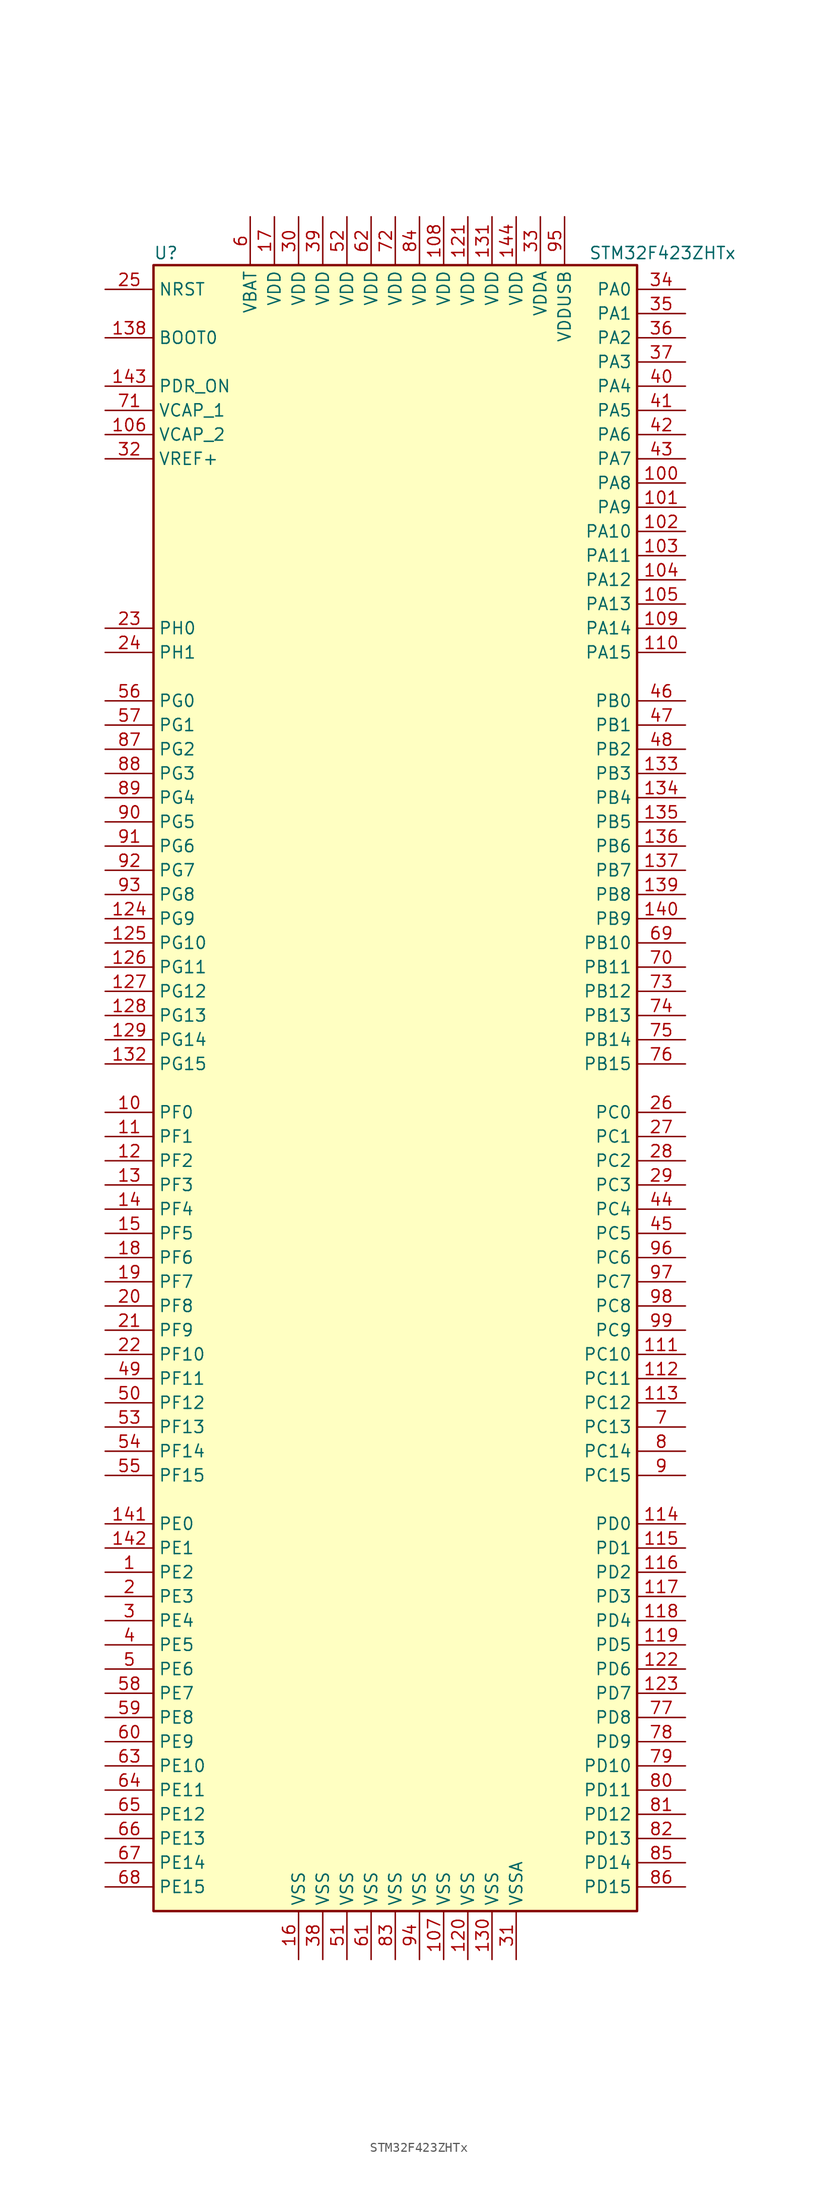
<source format=kicad_sym>
(kicad_symbol_lib
  (version 20201005)
  (generator kicad_symbol_editor)
  (symbol "STM32F423ZHTx"
    (property "Reference" "U"
      (at -25.4 87.63 0)
      (effects (font (size 1.27 1.27)) (justify left)))
    (property "Value" "STM32F423ZHTx"
      (at 20.32 87.63 0)
      (effects (font (size 1.27 1.27)) (justify left)))
    (symbol "STM32F423ZHTx_0_1"
      (rectangle (start -25.4 -86.36) (end 25.4 86.36) (stroke (width 0.254)) (fill (type background))))
    (symbol "STM32F423ZHTx_1_1"
      (pin bidirectional line (at -30.48 -50.8 0) (length 5.08) (name "PE2" (effects (font (size 1.27 1.27)))) (number "1" (effects (font (size 1.27 1.27)))))
      (pin bidirectional line (at -30.48 -2.54 0) (length 5.08) (name "PF0" (effects (font (size 1.27 1.27)))) (number "10" (effects (font (size 1.27 1.27)))))
      (pin bidirectional line (at 30.48 63.5 180) (length 5.08) (name "PA8" (effects (font (size 1.27 1.27)))) (number "100" (effects (font (size 1.27 1.27)))))
      (pin bidirectional line (at 30.48 60.96 180) (length 5.08) (name "PA9" (effects (font (size 1.27 1.27)))) (number "101" (effects (font (size 1.27 1.27)))))
      (pin bidirectional line (at 30.48 58.42 180) (length 5.08) (name "PA10" (effects (font (size 1.27 1.27)))) (number "102" (effects (font (size 1.27 1.27)))))
      (pin bidirectional line (at 30.48 55.88 180) (length 5.08) (name "PA11" (effects (font (size 1.27 1.27)))) (number "103" (effects (font (size 1.27 1.27)))))
      (pin bidirectional line (at 30.48 53.34 180) (length 5.08) (name "PA12" (effects (font (size 1.27 1.27)))) (number "104" (effects (font (size 1.27 1.27)))))
      (pin bidirectional line (at 30.48 50.8 180) (length 5.08) (name "PA13" (effects (font (size 1.27 1.27)))) (number "105" (effects (font (size 1.27 1.27)))))
      (pin power_in line (at -30.48 68.58 0) (length 5.08) (name "VCAP_2" (effects (font (size 1.27 1.27)))) (number "106" (effects (font (size 1.27 1.27)))))
      (pin power_in line (at 5.08 -91.44 90) (length 5.08) (name "VSS" (effects (font (size 1.27 1.27)))) (number "107" (effects (font (size 1.27 1.27)))))
      (pin power_in line (at 5.08 91.44 270) (length 5.08) (name "VDD" (effects (font (size 1.27 1.27)))) (number "108" (effects (font (size 1.27 1.27)))))
      (pin bidirectional line (at 30.48 48.26 180) (length 5.08) (name "PA14" (effects (font (size 1.27 1.27)))) (number "109" (effects (font (size 1.27 1.27)))))
      (pin bidirectional line (at -30.48 -5.08 0) (length 5.08) (name "PF1" (effects (font (size 1.27 1.27)))) (number "11" (effects (font (size 1.27 1.27)))))
      (pin bidirectional line (at 30.48 45.72 180) (length 5.08) (name "PA15" (effects (font (size 1.27 1.27)))) (number "110" (effects (font (size 1.27 1.27)))))
      (pin bidirectional line (at 30.48 -27.94 180) (length 5.08) (name "PC10" (effects (font (size 1.27 1.27)))) (number "111" (effects (font (size 1.27 1.27)))))
      (pin bidirectional line (at 30.48 -30.48 180) (length 5.08) (name "PC11" (effects (font (size 1.27 1.27)))) (number "112" (effects (font (size 1.27 1.27)))))
      (pin bidirectional line (at 30.48 -33.02 180) (length 5.08) (name "PC12" (effects (font (size 1.27 1.27)))) (number "113" (effects (font (size 1.27 1.27)))))
      (pin bidirectional line (at 30.48 -45.72 180) (length 5.08) (name "PD0" (effects (font (size 1.27 1.27)))) (number "114" (effects (font (size 1.27 1.27)))))
      (pin bidirectional line (at 30.48 -48.26 180) (length 5.08) (name "PD1" (effects (font (size 1.27 1.27)))) (number "115" (effects (font (size 1.27 1.27)))))
      (pin bidirectional line (at 30.48 -50.8 180) (length 5.08) (name "PD2" (effects (font (size 1.27 1.27)))) (number "116" (effects (font (size 1.27 1.27)))))
      (pin bidirectional line (at 30.48 -53.34 180) (length 5.08) (name "PD3" (effects (font (size 1.27 1.27)))) (number "117" (effects (font (size 1.27 1.27)))))
      (pin bidirectional line (at 30.48 -55.88 180) (length 5.08) (name "PD4" (effects (font (size 1.27 1.27)))) (number "118" (effects (font (size 1.27 1.27)))))
      (pin bidirectional line (at 30.48 -58.42 180) (length 5.08) (name "PD5" (effects (font (size 1.27 1.27)))) (number "119" (effects (font (size 1.27 1.27)))))
      (pin bidirectional line (at -30.48 -7.62 0) (length 5.08) (name "PF2" (effects (font (size 1.27 1.27)))) (number "12" (effects (font (size 1.27 1.27)))))
      (pin power_in line (at 7.62 -91.44 90) (length 5.08) (name "VSS" (effects (font (size 1.27 1.27)))) (number "120" (effects (font (size 1.27 1.27)))))
      (pin power_in line (at 7.62 91.44 270) (length 5.08) (name "VDD" (effects (font (size 1.27 1.27)))) (number "121" (effects (font (size 1.27 1.27)))))
      (pin bidirectional line (at 30.48 -60.96 180) (length 5.08) (name "PD6" (effects (font (size 1.27 1.27)))) (number "122" (effects (font (size 1.27 1.27)))))
      (pin bidirectional line (at 30.48 -63.5 180) (length 5.08) (name "PD7" (effects (font (size 1.27 1.27)))) (number "123" (effects (font (size 1.27 1.27)))))
      (pin bidirectional line (at -30.48 17.78 0) (length 5.08) (name "PG9" (effects (font (size 1.27 1.27)))) (number "124" (effects (font (size 1.27 1.27)))))
      (pin bidirectional line (at -30.48 15.24 0) (length 5.08) (name "PG10" (effects (font (size 1.27 1.27)))) (number "125" (effects (font (size 1.27 1.27)))))
      (pin bidirectional line (at -30.48 12.7 0) (length 5.08) (name "PG11" (effects (font (size 1.27 1.27)))) (number "126" (effects (font (size 1.27 1.27)))))
      (pin bidirectional line (at -30.48 10.16 0) (length 5.08) (name "PG12" (effects (font (size 1.27 1.27)))) (number "127" (effects (font (size 1.27 1.27)))))
      (pin bidirectional line (at -30.48 7.62 0) (length 5.08) (name "PG13" (effects (font (size 1.27 1.27)))) (number "128" (effects (font (size 1.27 1.27)))))
      (pin bidirectional line (at -30.48 5.08 0) (length 5.08) (name "PG14" (effects (font (size 1.27 1.27)))) (number "129" (effects (font (size 1.27 1.27)))))
      (pin bidirectional line (at -30.48 -10.16 0) (length 5.08) (name "PF3" (effects (font (size 1.27 1.27)))) (number "13" (effects (font (size 1.27 1.27)))))
      (pin power_in line (at 10.16 -91.44 90) (length 5.08) (name "VSS" (effects (font (size 1.27 1.27)))) (number "130" (effects (font (size 1.27 1.27)))))
      (pin power_in line (at 10.16 91.44 270) (length 5.08) (name "VDD" (effects (font (size 1.27 1.27)))) (number "131" (effects (font (size 1.27 1.27)))))
      (pin bidirectional line (at -30.48 2.54 0) (length 5.08) (name "PG15" (effects (font (size 1.27 1.27)))) (number "132" (effects (font (size 1.27 1.27)))))
      (pin bidirectional line (at 30.48 33.02 180) (length 5.08) (name "PB3" (effects (font (size 1.27 1.27)))) (number "133" (effects (font (size 1.27 1.27)))))
      (pin bidirectional line (at 30.48 30.48 180) (length 5.08) (name "PB4" (effects (font (size 1.27 1.27)))) (number "134" (effects (font (size 1.27 1.27)))))
      (pin bidirectional line (at 30.48 27.94 180) (length 5.08) (name "PB5" (effects (font (size 1.27 1.27)))) (number "135" (effects (font (size 1.27 1.27)))))
      (pin bidirectional line (at 30.48 25.4 180) (length 5.08) (name "PB6" (effects (font (size 1.27 1.27)))) (number "136" (effects (font (size 1.27 1.27)))))
      (pin bidirectional line (at 30.48 22.86 180) (length 5.08) (name "PB7" (effects (font (size 1.27 1.27)))) (number "137" (effects (font (size 1.27 1.27)))))
      (pin input line (at -30.48 78.74 0) (length 5.08) (name "BOOT0" (effects (font (size 1.27 1.27)))) (number "138" (effects (font (size 1.27 1.27)))))
      (pin bidirectional line (at 30.48 20.32 180) (length 5.08) (name "PB8" (effects (font (size 1.27 1.27)))) (number "139" (effects (font (size 1.27 1.27)))))
      (pin bidirectional line (at -30.48 -12.7 0) (length 5.08) (name "PF4" (effects (font (size 1.27 1.27)))) (number "14" (effects (font (size 1.27 1.27)))))
      (pin bidirectional line (at 30.48 17.78 180) (length 5.08) (name "PB9" (effects (font (size 1.27 1.27)))) (number "140" (effects (font (size 1.27 1.27)))))
      (pin bidirectional line (at -30.48 -45.72 0) (length 5.08) (name "PE0" (effects (font (size 1.27 1.27)))) (number "141" (effects (font (size 1.27 1.27)))))
      (pin bidirectional line (at -30.48 -48.26 0) (length 5.08) (name "PE1" (effects (font (size 1.27 1.27)))) (number "142" (effects (font (size 1.27 1.27)))))
      (pin power_in line (at -30.48 73.66 0) (length 5.08) (name "PDR_ON" (effects (font (size 1.27 1.27)))) (number "143" (effects (font (size 1.27 1.27)))))
      (pin power_in line (at 12.7 91.44 270) (length 5.08) (name "VDD" (effects (font (size 1.27 1.27)))) (number "144" (effects (font (size 1.27 1.27)))))
      (pin bidirectional line (at -30.48 -15.24 0) (length 5.08) (name "PF5" (effects (font (size 1.27 1.27)))) (number "15" (effects (font (size 1.27 1.27)))))
      (pin power_in line (at -10.16 -91.44 90) (length 5.08) (name "VSS" (effects (font (size 1.27 1.27)))) (number "16" (effects (font (size 1.27 1.27)))))
      (pin power_in line (at -12.7 91.44 270) (length 5.08) (name "VDD" (effects (font (size 1.27 1.27)))) (number "17" (effects (font (size 1.27 1.27)))))
      (pin bidirectional line (at -30.48 -17.78 0) (length 5.08) (name "PF6" (effects (font (size 1.27 1.27)))) (number "18" (effects (font (size 1.27 1.27)))))
      (pin bidirectional line (at -30.48 -20.32 0) (length 5.08) (name "PF7" (effects (font (size 1.27 1.27)))) (number "19" (effects (font (size 1.27 1.27)))))
      (pin bidirectional line (at -30.48 -53.34 0) (length 5.08) (name "PE3" (effects (font (size 1.27 1.27)))) (number "2" (effects (font (size 1.27 1.27)))))
      (pin bidirectional line (at -30.48 -22.86 0) (length 5.08) (name "PF8" (effects (font (size 1.27 1.27)))) (number "20" (effects (font (size 1.27 1.27)))))
      (pin bidirectional line (at -30.48 -25.4 0) (length 5.08) (name "PF9" (effects (font (size 1.27 1.27)))) (number "21" (effects (font (size 1.27 1.27)))))
      (pin bidirectional line (at -30.48 -27.94 0) (length 5.08) (name "PF10" (effects (font (size 1.27 1.27)))) (number "22" (effects (font (size 1.27 1.27)))))
      (pin input line (at -30.48 48.26 0) (length 5.08) (name "PH0" (effects (font (size 1.27 1.27)))) (number "23" (effects (font (size 1.27 1.27)))))
      (pin input line (at -30.48 45.72 0) (length 5.08) (name "PH1" (effects (font (size 1.27 1.27)))) (number "24" (effects (font (size 1.27 1.27)))))
      (pin input line (at -30.48 83.82 0) (length 5.08) (name "NRST" (effects (font (size 1.27 1.27)))) (number "25" (effects (font (size 1.27 1.27)))))
      (pin bidirectional line (at 30.48 -2.54 180) (length 5.08) (name "PC0" (effects (font (size 1.27 1.27)))) (number "26" (effects (font (size 1.27 1.27)))))
      (pin bidirectional line (at 30.48 -5.08 180) (length 5.08) (name "PC1" (effects (font (size 1.27 1.27)))) (number "27" (effects (font (size 1.27 1.27)))))
      (pin bidirectional line (at 30.48 -7.62 180) (length 5.08) (name "PC2" (effects (font (size 1.27 1.27)))) (number "28" (effects (font (size 1.27 1.27)))))
      (pin bidirectional line (at 30.48 -10.16 180) (length 5.08) (name "PC3" (effects (font (size 1.27 1.27)))) (number "29" (effects (font (size 1.27 1.27)))))
      (pin bidirectional line (at -30.48 -55.88 0) (length 5.08) (name "PE4" (effects (font (size 1.27 1.27)))) (number "3" (effects (font (size 1.27 1.27)))))
      (pin power_in line (at -10.16 91.44 270) (length 5.08) (name "VDD" (effects (font (size 1.27 1.27)))) (number "30" (effects (font (size 1.27 1.27)))))
      (pin power_in line (at 12.7 -91.44 90) (length 5.08) (name "VSSA" (effects (font (size 1.27 1.27)))) (number "31" (effects (font (size 1.27 1.27)))))
      (pin power_in line (at -30.48 66.04 0) (length 5.08) (name "VREF+" (effects (font (size 1.27 1.27)))) (number "32" (effects (font (size 1.27 1.27)))))
      (pin power_in line (at 15.24 91.44 270) (length 5.08) (name "VDDA" (effects (font (size 1.27 1.27)))) (number "33" (effects (font (size 1.27 1.27)))))
      (pin bidirectional line (at 30.48 83.82 180) (length 5.08) (name "PA0" (effects (font (size 1.27 1.27)))) (number "34" (effects (font (size 1.27 1.27)))))
      (pin bidirectional line (at 30.48 81.28 180) (length 5.08) (name "PA1" (effects (font (size 1.27 1.27)))) (number "35" (effects (font (size 1.27 1.27)))))
      (pin bidirectional line (at 30.48 78.74 180) (length 5.08) (name "PA2" (effects (font (size 1.27 1.27)))) (number "36" (effects (font (size 1.27 1.27)))))
      (pin bidirectional line (at 30.48 76.2 180) (length 5.08) (name "PA3" (effects (font (size 1.27 1.27)))) (number "37" (effects (font (size 1.27 1.27)))))
      (pin power_in line (at -7.62 -91.44 90) (length 5.08) (name "VSS" (effects (font (size 1.27 1.27)))) (number "38" (effects (font (size 1.27 1.27)))))
      (pin power_in line (at -7.62 91.44 270) (length 5.08) (name "VDD" (effects (font (size 1.27 1.27)))) (number "39" (effects (font (size 1.27 1.27)))))
      (pin bidirectional line (at -30.48 -58.42 0) (length 5.08) (name "PE5" (effects (font (size 1.27 1.27)))) (number "4" (effects (font (size 1.27 1.27)))))
      (pin bidirectional line (at 30.48 73.66 180) (length 5.08) (name "PA4" (effects (font (size 1.27 1.27)))) (number "40" (effects (font (size 1.27 1.27)))))
      (pin bidirectional line (at 30.48 71.12 180) (length 5.08) (name "PA5" (effects (font (size 1.27 1.27)))) (number "41" (effects (font (size 1.27 1.27)))))
      (pin bidirectional line (at 30.48 68.58 180) (length 5.08) (name "PA6" (effects (font (size 1.27 1.27)))) (number "42" (effects (font (size 1.27 1.27)))))
      (pin bidirectional line (at 30.48 66.04 180) (length 5.08) (name "PA7" (effects (font (size 1.27 1.27)))) (number "43" (effects (font (size 1.27 1.27)))))
      (pin bidirectional line (at 30.48 -12.7 180) (length 5.08) (name "PC4" (effects (font (size 1.27 1.27)))) (number "44" (effects (font (size 1.27 1.27)))))
      (pin bidirectional line (at 30.48 -15.24 180) (length 5.08) (name "PC5" (effects (font (size 1.27 1.27)))) (number "45" (effects (font (size 1.27 1.27)))))
      (pin bidirectional line (at 30.48 40.64 180) (length 5.08) (name "PB0" (effects (font (size 1.27 1.27)))) (number "46" (effects (font (size 1.27 1.27)))))
      (pin bidirectional line (at 30.48 38.1 180) (length 5.08) (name "PB1" (effects (font (size 1.27 1.27)))) (number "47" (effects (font (size 1.27 1.27)))))
      (pin bidirectional line (at 30.48 35.56 180) (length 5.08) (name "PB2" (effects (font (size 1.27 1.27)))) (number "48" (effects (font (size 1.27 1.27)))))
      (pin bidirectional line (at -30.48 -30.48 0) (length 5.08) (name "PF11" (effects (font (size 1.27 1.27)))) (number "49" (effects (font (size 1.27 1.27)))))
      (pin bidirectional line (at -30.48 -60.96 0) (length 5.08) (name "PE6" (effects (font (size 1.27 1.27)))) (number "5" (effects (font (size 1.27 1.27)))))
      (pin bidirectional line (at -30.48 -33.02 0) (length 5.08) (name "PF12" (effects (font (size 1.27 1.27)))) (number "50" (effects (font (size 1.27 1.27)))))
      (pin power_in line (at -5.08 -91.44 90) (length 5.08) (name "VSS" (effects (font (size 1.27 1.27)))) (number "51" (effects (font (size 1.27 1.27)))))
      (pin power_in line (at -5.08 91.44 270) (length 5.08) (name "VDD" (effects (font (size 1.27 1.27)))) (number "52" (effects (font (size 1.27 1.27)))))
      (pin bidirectional line (at -30.48 -35.56 0) (length 5.08) (name "PF13" (effects (font (size 1.27 1.27)))) (number "53" (effects (font (size 1.27 1.27)))))
      (pin bidirectional line (at -30.48 -38.1 0) (length 5.08) (name "PF14" (effects (font (size 1.27 1.27)))) (number "54" (effects (font (size 1.27 1.27)))))
      (pin bidirectional line (at -30.48 -40.64 0) (length 5.08) (name "PF15" (effects (font (size 1.27 1.27)))) (number "55" (effects (font (size 1.27 1.27)))))
      (pin bidirectional line (at -30.48 40.64 0) (length 5.08) (name "PG0" (effects (font (size 1.27 1.27)))) (number "56" (effects (font (size 1.27 1.27)))))
      (pin bidirectional line (at -30.48 38.1 0) (length 5.08) (name "PG1" (effects (font (size 1.27 1.27)))) (number "57" (effects (font (size 1.27 1.27)))))
      (pin bidirectional line (at -30.48 -63.5 0) (length 5.08) (name "PE7" (effects (font (size 1.27 1.27)))) (number "58" (effects (font (size 1.27 1.27)))))
      (pin bidirectional line (at -30.48 -66.04 0) (length 5.08) (name "PE8" (effects (font (size 1.27 1.27)))) (number "59" (effects (font (size 1.27 1.27)))))
      (pin power_in line (at -15.24 91.44 270) (length 5.08) (name "VBAT" (effects (font (size 1.27 1.27)))) (number "6" (effects (font (size 1.27 1.27)))))
      (pin bidirectional line (at -30.48 -68.58 0) (length 5.08) (name "PE9" (effects (font (size 1.27 1.27)))) (number "60" (effects (font (size 1.27 1.27)))))
      (pin power_in line (at -2.54 -91.44 90) (length 5.08) (name "VSS" (effects (font (size 1.27 1.27)))) (number "61" (effects (font (size 1.27 1.27)))))
      (pin power_in line (at -2.54 91.44 270) (length 5.08) (name "VDD" (effects (font (size 1.27 1.27)))) (number "62" (effects (font (size 1.27 1.27)))))
      (pin bidirectional line (at -30.48 -71.12 0) (length 5.08) (name "PE10" (effects (font (size 1.27 1.27)))) (number "63" (effects (font (size 1.27 1.27)))))
      (pin bidirectional line (at -30.48 -73.66 0) (length 5.08) (name "PE11" (effects (font (size 1.27 1.27)))) (number "64" (effects (font (size 1.27 1.27)))))
      (pin bidirectional line (at -30.48 -76.2 0) (length 5.08) (name "PE12" (effects (font (size 1.27 1.27)))) (number "65" (effects (font (size 1.27 1.27)))))
      (pin bidirectional line (at -30.48 -78.74 0) (length 5.08) (name "PE13" (effects (font (size 1.27 1.27)))) (number "66" (effects (font (size 1.27 1.27)))))
      (pin bidirectional line (at -30.48 -81.28 0) (length 5.08) (name "PE14" (effects (font (size 1.27 1.27)))) (number "67" (effects (font (size 1.27 1.27)))))
      (pin bidirectional line (at -30.48 -83.82 0) (length 5.08) (name "PE15" (effects (font (size 1.27 1.27)))) (number "68" (effects (font (size 1.27 1.27)))))
      (pin bidirectional line (at 30.48 15.24 180) (length 5.08) (name "PB10" (effects (font (size 1.27 1.27)))) (number "69" (effects (font (size 1.27 1.27)))))
      (pin bidirectional line (at 30.48 -35.56 180) (length 5.08) (name "PC13" (effects (font (size 1.27 1.27)))) (number "7" (effects (font (size 1.27 1.27)))))
      (pin bidirectional line (at 30.48 12.7 180) (length 5.08) (name "PB11" (effects (font (size 1.27 1.27)))) (number "70" (effects (font (size 1.27 1.27)))))
      (pin power_in line (at -30.48 71.12 0) (length 5.08) (name "VCAP_1" (effects (font (size 1.27 1.27)))) (number "71" (effects (font (size 1.27 1.27)))))
      (pin power_in line (at 0 91.44 270) (length 5.08) (name "VDD" (effects (font (size 1.27 1.27)))) (number "72" (effects (font (size 1.27 1.27)))))
      (pin bidirectional line (at 30.48 10.16 180) (length 5.08) (name "PB12" (effects (font (size 1.27 1.27)))) (number "73" (effects (font (size 1.27 1.27)))))
      (pin bidirectional line (at 30.48 7.62 180) (length 5.08) (name "PB13" (effects (font (size 1.27 1.27)))) (number "74" (effects (font (size 1.27 1.27)))))
      (pin bidirectional line (at 30.48 5.08 180) (length 5.08) (name "PB14" (effects (font (size 1.27 1.27)))) (number "75" (effects (font (size 1.27 1.27)))))
      (pin bidirectional line (at 30.48 2.54 180) (length 5.08) (name "PB15" (effects (font (size 1.27 1.27)))) (number "76" (effects (font (size 1.27 1.27)))))
      (pin bidirectional line (at 30.48 -66.04 180) (length 5.08) (name "PD8" (effects (font (size 1.27 1.27)))) (number "77" (effects (font (size 1.27 1.27)))))
      (pin bidirectional line (at 30.48 -68.58 180) (length 5.08) (name "PD9" (effects (font (size 1.27 1.27)))) (number "78" (effects (font (size 1.27 1.27)))))
      (pin bidirectional line (at 30.48 -71.12 180) (length 5.08) (name "PD10" (effects (font (size 1.27 1.27)))) (number "79" (effects (font (size 1.27 1.27)))))
      (pin bidirectional line (at 30.48 -38.1 180) (length 5.08) (name "PC14" (effects (font (size 1.27 1.27)))) (number "8" (effects (font (size 1.27 1.27)))))
      (pin bidirectional line (at 30.48 -73.66 180) (length 5.08) (name "PD11" (effects (font (size 1.27 1.27)))) (number "80" (effects (font (size 1.27 1.27)))))
      (pin bidirectional line (at 30.48 -76.2 180) (length 5.08) (name "PD12" (effects (font (size 1.27 1.27)))) (number "81" (effects (font (size 1.27 1.27)))))
      (pin bidirectional line (at 30.48 -78.74 180) (length 5.08) (name "PD13" (effects (font (size 1.27 1.27)))) (number "82" (effects (font (size 1.27 1.27)))))
      (pin power_in line (at 0 -91.44 90) (length 5.08) (name "VSS" (effects (font (size 1.27 1.27)))) (number "83" (effects (font (size 1.27 1.27)))))
      (pin power_in line (at 2.54 91.44 270) (length 5.08) (name "VDD" (effects (font (size 1.27 1.27)))) (number "84" (effects (font (size 1.27 1.27)))))
      (pin bidirectional line (at 30.48 -81.28 180) (length 5.08) (name "PD14" (effects (font (size 1.27 1.27)))) (number "85" (effects (font (size 1.27 1.27)))))
      (pin bidirectional line (at 30.48 -83.82 180) (length 5.08) (name "PD15" (effects (font (size 1.27 1.27)))) (number "86" (effects (font (size 1.27 1.27)))))
      (pin bidirectional line (at -30.48 35.56 0) (length 5.08) (name "PG2" (effects (font (size 1.27 1.27)))) (number "87" (effects (font (size 1.27 1.27)))))
      (pin bidirectional line (at -30.48 33.02 0) (length 5.08) (name "PG3" (effects (font (size 1.27 1.27)))) (number "88" (effects (font (size 1.27 1.27)))))
      (pin bidirectional line (at -30.48 30.48 0) (length 5.08) (name "PG4" (effects (font (size 1.27 1.27)))) (number "89" (effects (font (size 1.27 1.27)))))
      (pin bidirectional line (at 30.48 -40.64 180) (length 5.08) (name "PC15" (effects (font (size 1.27 1.27)))) (number "9" (effects (font (size 1.27 1.27)))))
      (pin bidirectional line (at -30.48 27.94 0) (length 5.08) (name "PG5" (effects (font (size 1.27 1.27)))) (number "90" (effects (font (size 1.27 1.27)))))
      (pin bidirectional line (at -30.48 25.4 0) (length 5.08) (name "PG6" (effects (font (size 1.27 1.27)))) (number "91" (effects (font (size 1.27 1.27)))))
      (pin bidirectional line (at -30.48 22.86 0) (length 5.08) (name "PG7" (effects (font (size 1.27 1.27)))) (number "92" (effects (font (size 1.27 1.27)))))
      (pin bidirectional line (at -30.48 20.32 0) (length 5.08) (name "PG8" (effects (font (size 1.27 1.27)))) (number "93" (effects (font (size 1.27 1.27)))))
      (pin power_in line (at 2.54 -91.44 90) (length 5.08) (name "VSS" (effects (font (size 1.27 1.27)))) (number "94" (effects (font (size 1.27 1.27)))))
      (pin power_in line (at 17.78 91.44 270) (length 5.08) (name "VDDUSB" (effects (font (size 1.27 1.27)))) (number "95" (effects (font (size 1.27 1.27)))))
      (pin bidirectional line (at 30.48 -17.78 180) (length 5.08) (name "PC6" (effects (font (size 1.27 1.27)))) (number "96" (effects (font (size 1.27 1.27)))))
      (pin bidirectional line (at 30.48 -20.32 180) (length 5.08) (name "PC7" (effects (font (size 1.27 1.27)))) (number "97" (effects (font (size 1.27 1.27)))))
      (pin bidirectional line (at 30.48 -22.86 180) (length 5.08) (name "PC8" (effects (font (size 1.27 1.27)))) (number "98" (effects (font (size 1.27 1.27)))))
      (pin bidirectional line (at 30.48 -25.4 180) (length 5.08) (name "PC9" (effects (font (size 1.27 1.27)))) (number "99" (effects (font (size 1.27 1.27))))))))
</source>
